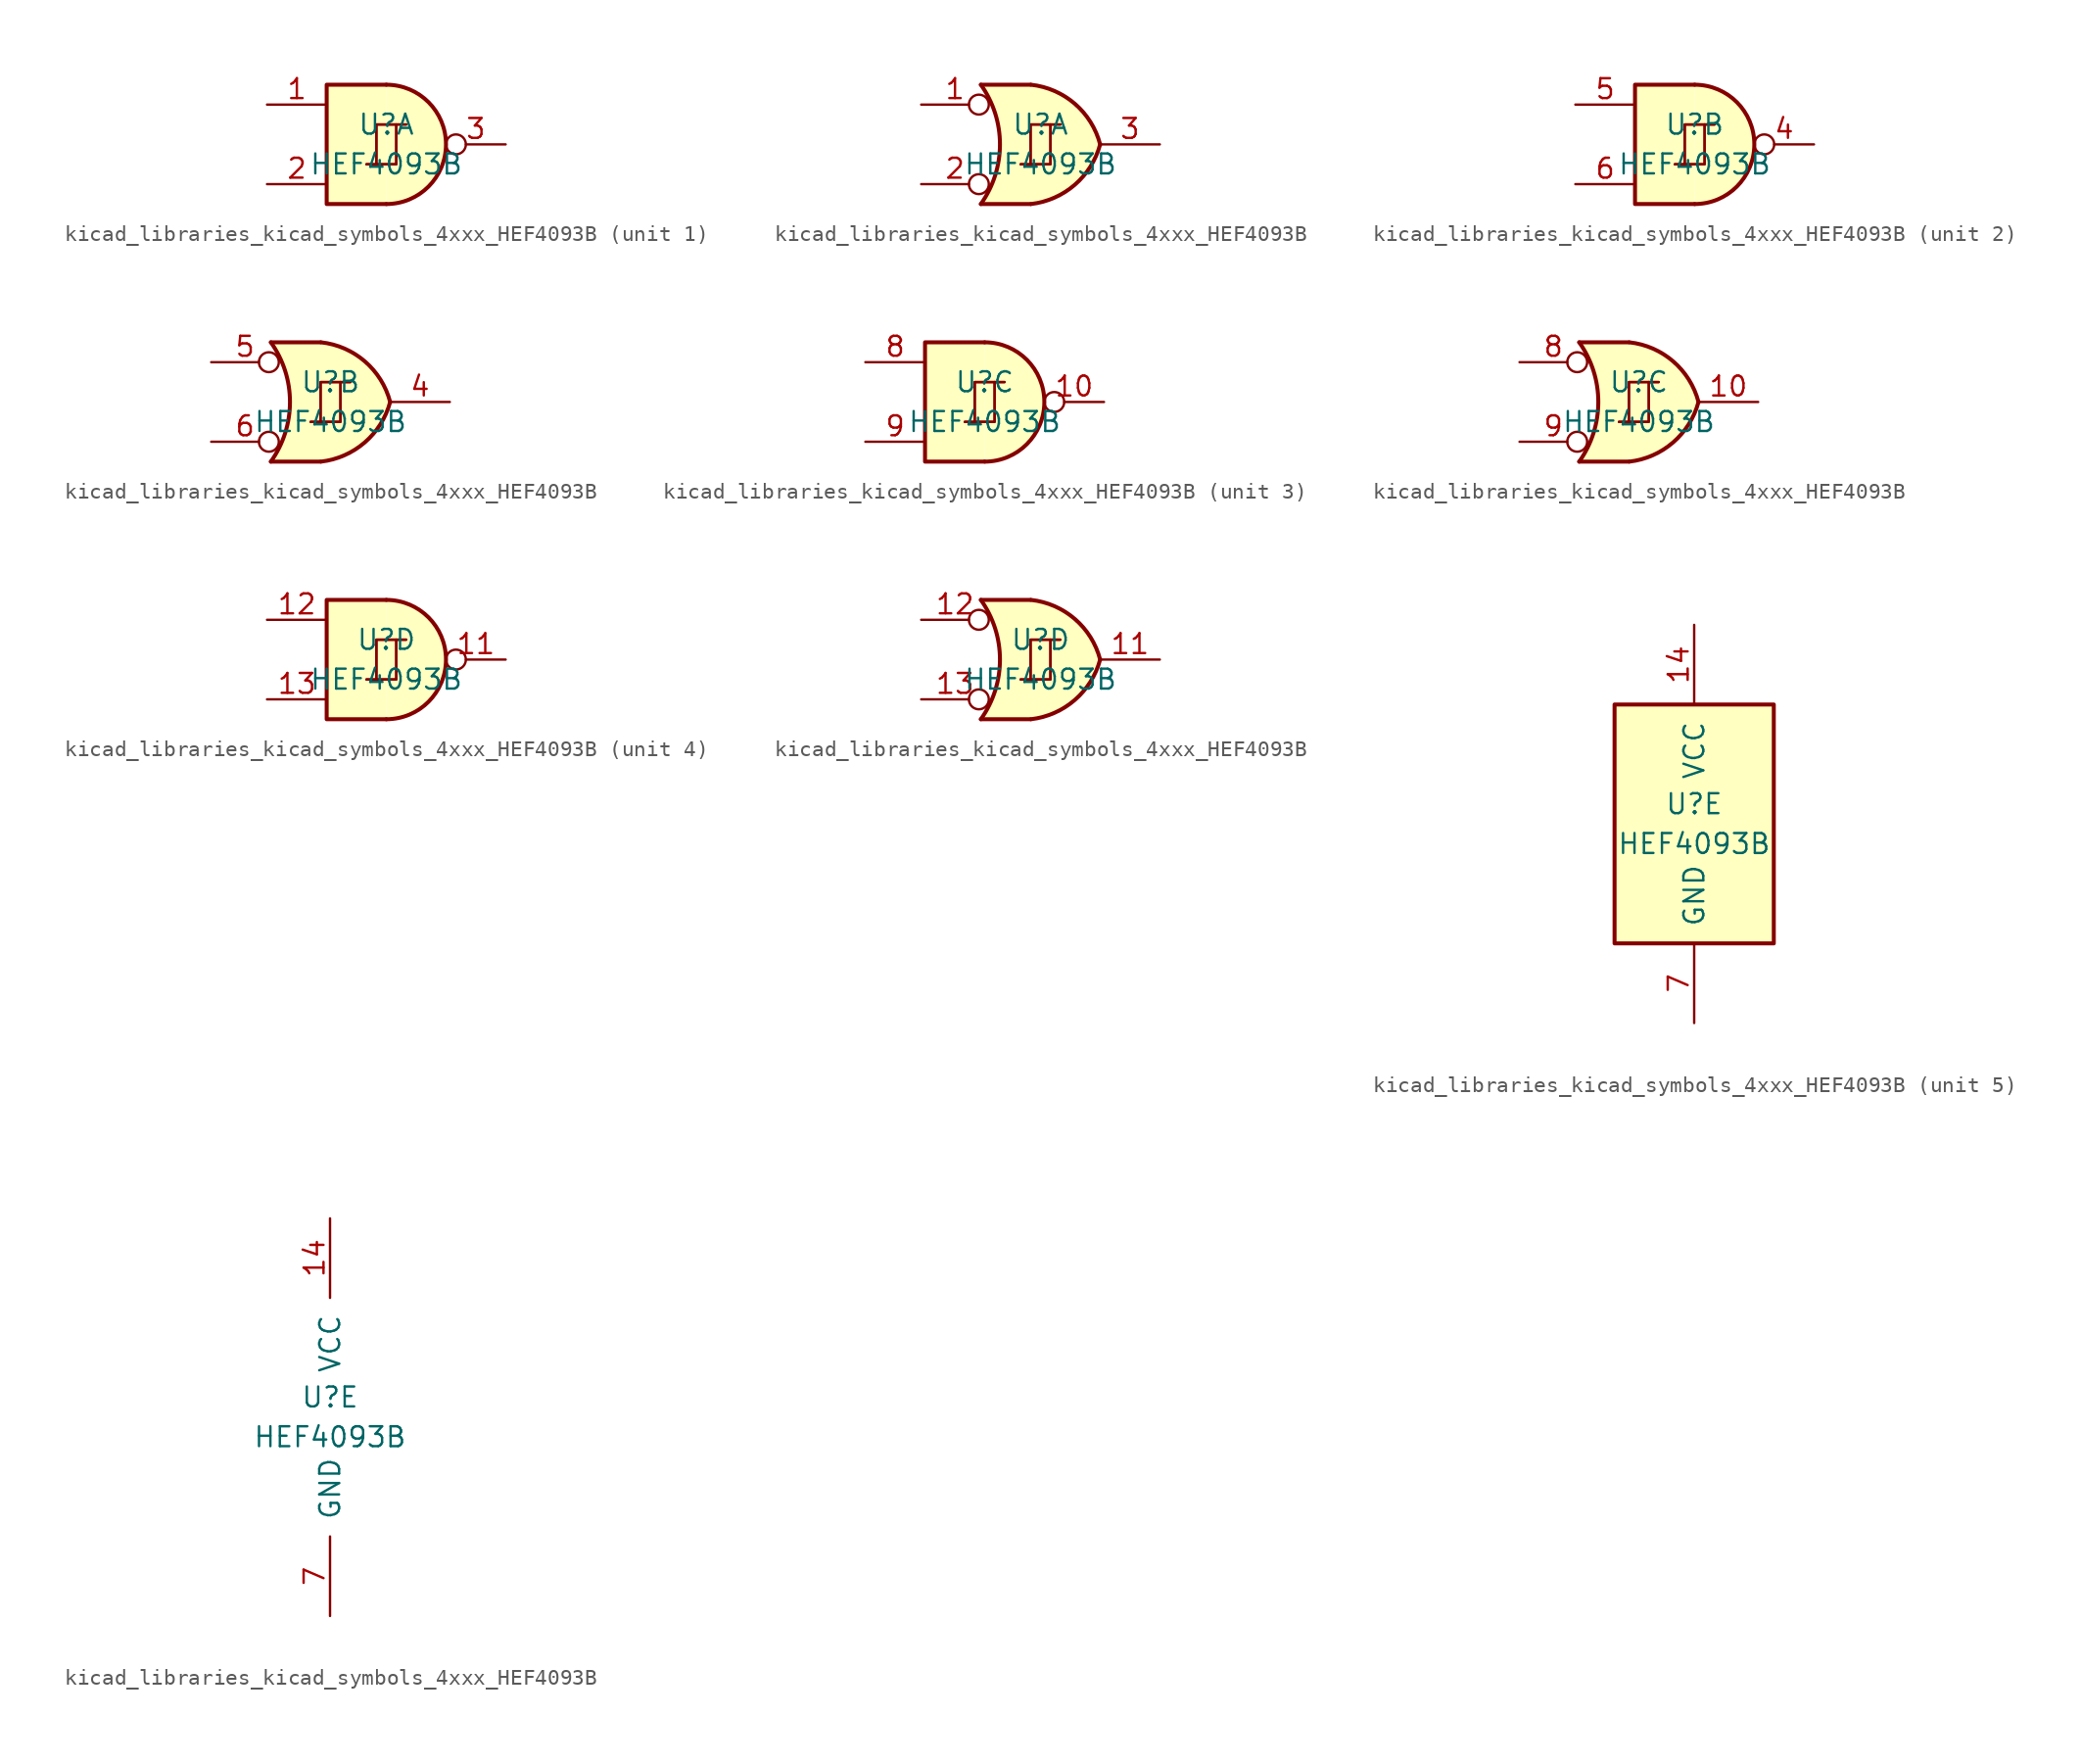
<source format=kicad_sym>
(kicad_symbol_lib
  (version 20220914)
  (generator kicad_symbol_editor)
  (symbol "kicad_libraries_kicad_symbols_4xxx_HEF4093B"
    (pin_names
      (offset 1.016))
    (property "Reference" "U"
      (at 0 1.27 0)
      (effects (font (size 1.27 1.27))))
    (property "Value" "HEF4093B"
      (at 0 -1.27 0)
      (effects (font (size 1.27 1.27))))
    (property "ki_locked" ""
      (at 0 0 0)
      (effects (font (size 1.27 1.27))))
    (symbol "kicad_libraries_kicad_symbols_4xxx_HEF4093B_1_0"
      (polyline (pts (xy -0.635 -1.27) (xy -0.635 1.27) (xy 0.635 1.27)) (stroke (width 0) (type default)) (fill (type none)))
      (polyline (pts (xy -0.635 -1.27) (xy -0.635 1.27) (xy 0.635 1.27)) (stroke (width 0) (type default)) (fill (type none)))
      (polyline (pts (xy -1.27 -1.27) (xy 0.635 -1.27) (xy 0.635 1.27) (xy 1.27 1.27)) (stroke (width 0) (type default)) (fill (type none)))
      (polyline (pts (xy -1.27 -1.27) (xy 0.635 -1.27) (xy 0.635 1.27) (xy 1.27 1.27)) (stroke (width 0) (type default)) (fill (type none))))
    (symbol "kicad_libraries_kicad_symbols_4xxx_HEF4093B_1_1"
      (arc (start 0 -3.81) (mid 3.7934 0) (end 0 3.81) (stroke (width 0.254) (type default)) (fill (type background)))
      (polyline (pts (xy 0 3.81) (xy -3.81 3.81) (xy -3.81 -3.81) (xy 0 -3.81)) (stroke (width 0.254) (type default)) (fill (type background)))
      (pin input line (at -7.62 2.54 0) (length 3.81) (name "~" (effects (font (size 1.27 1.27)))) (number "1" (effects (font (size 1.27 1.27)))))
      (pin input line (at -7.62 -2.54 0) (length 3.81) (name "~" (effects (font (size 1.27 1.27)))) (number "2" (effects (font (size 1.27 1.27)))))
      (pin output inverted (at 7.62 0 180) (length 3.81) (name "~" (effects (font (size 1.27 1.27)))) (number "3" (effects (font (size 1.27 1.27))))))
    (symbol "kicad_libraries_kicad_symbols_4xxx_HEF4093B_1_2"
      (arc (start -3.81 -3.81) (mid -2.589 0) (end -3.81 3.81) (stroke (width 0.254) (type default)) (fill (type none)))
      (arc (start -0.6096 -3.81) (mid 2.1842 -2.5851) (end 3.81 0) (stroke (width 0.254) (type default)) (fill (type background)))
      (polyline (pts (xy -3.81 -3.81) (xy -0.635 -3.81)) (stroke (width 0.254) (type default)) (fill (type background)))
      (polyline (pts (xy -3.81 3.81) (xy -0.635 3.81)) (stroke (width 0.254) (type default)) (fill (type background)))
      (polyline (pts (xy -0.635 3.81) (xy -3.81 3.81) (xy -3.81 3.81) (xy -3.556 3.404) (xy -3.023 2.261) (xy -2.692 1.041) (xy -2.616 -0.254) (xy -2.769 -1.499) (xy -3.175 -2.718) (xy -3.81 -3.81) (xy -3.81 -3.81) (xy -0.635 -3.81)) (stroke (width -25.4) (type default)) (fill (type background)))
      (arc (start 3.81 0) (mid 2.1915 2.5936) (end -0.6096 3.81) (stroke (width 0.254) (type default)) (fill (type background)))
      (pin input inverted (at -7.62 2.54 0) (length 4.318) (name "~" (effects (font (size 1.27 1.27)))) (number "1" (effects (font (size 1.27 1.27)))))
      (pin input inverted (at -7.62 -2.54 0) (length 4.318) (name "~" (effects (font (size 1.27 1.27)))) (number "2" (effects (font (size 1.27 1.27)))))
      (pin output line (at 7.62 0 180) (length 3.81) (name "~" (effects (font (size 1.27 1.27)))) (number "3" (effects (font (size 1.27 1.27))))))
    (symbol "kicad_libraries_kicad_symbols_4xxx_HEF4093B_2_0"
      (polyline (pts (xy -0.635 -1.27) (xy -0.635 1.27) (xy 0.635 1.27)) (stroke (width 0) (type default)) (fill (type none)))
      (polyline (pts (xy -0.635 -1.27) (xy -0.635 1.27) (xy 0.635 1.27)) (stroke (width 0) (type default)) (fill (type none)))
      (polyline (pts (xy -1.27 -1.27) (xy 0.635 -1.27) (xy 0.635 1.27) (xy 1.27 1.27)) (stroke (width 0) (type default)) (fill (type none)))
      (polyline (pts (xy -1.27 -1.27) (xy 0.635 -1.27) (xy 0.635 1.27) (xy 1.27 1.27)) (stroke (width 0) (type default)) (fill (type none))))
    (symbol "kicad_libraries_kicad_symbols_4xxx_HEF4093B_2_1"
      (arc (start 0 -3.81) (mid 3.7934 0) (end 0 3.81) (stroke (width 0.254) (type default)) (fill (type background)))
      (polyline (pts (xy 0 3.81) (xy -3.81 3.81) (xy -3.81 -3.81) (xy 0 -3.81)) (stroke (width 0.254) (type default)) (fill (type background)))
      (pin output inverted (at 7.62 0 180) (length 3.81) (name "~" (effects (font (size 1.27 1.27)))) (number "4" (effects (font (size 1.27 1.27)))))
      (pin input line (at -7.62 2.54 0) (length 3.81) (name "~" (effects (font (size 1.27 1.27)))) (number "5" (effects (font (size 1.27 1.27)))))
      (pin input line (at -7.62 -2.54 0) (length 3.81) (name "~" (effects (font (size 1.27 1.27)))) (number "6" (effects (font (size 1.27 1.27))))))
    (symbol "kicad_libraries_kicad_symbols_4xxx_HEF4093B_2_2"
      (arc (start -3.81 -3.81) (mid -2.589 0) (end -3.81 3.81) (stroke (width 0.254) (type default)) (fill (type none)))
      (arc (start -0.6096 -3.81) (mid 2.1842 -2.5851) (end 3.81 0) (stroke (width 0.254) (type default)) (fill (type background)))
      (polyline (pts (xy -3.81 -3.81) (xy -0.635 -3.81)) (stroke (width 0.254) (type default)) (fill (type background)))
      (polyline (pts (xy -3.81 3.81) (xy -0.635 3.81)) (stroke (width 0.254) (type default)) (fill (type background)))
      (polyline (pts (xy -0.635 3.81) (xy -3.81 3.81) (xy -3.81 3.81) (xy -3.556 3.404) (xy -3.023 2.261) (xy -2.692 1.041) (xy -2.616 -0.254) (xy -2.769 -1.499) (xy -3.175 -2.718) (xy -3.81 -3.81) (xy -3.81 -3.81) (xy -0.635 -3.81)) (stroke (width -25.4) (type default)) (fill (type background)))
      (arc (start 3.81 0) (mid 2.1915 2.5936) (end -0.6096 3.81) (stroke (width 0.254) (type default)) (fill (type background)))
      (pin output line (at 7.62 0 180) (length 3.81) (name "~" (effects (font (size 1.27 1.27)))) (number "4" (effects (font (size 1.27 1.27)))))
      (pin input inverted (at -7.62 2.54 0) (length 4.318) (name "~" (effects (font (size 1.27 1.27)))) (number "5" (effects (font (size 1.27 1.27)))))
      (pin input inverted (at -7.62 -2.54 0) (length 4.318) (name "~" (effects (font (size 1.27 1.27)))) (number "6" (effects (font (size 1.27 1.27))))))
    (symbol "kicad_libraries_kicad_symbols_4xxx_HEF4093B_3_0"
      (polyline (pts (xy -0.635 -1.27) (xy -0.635 1.27) (xy 0.635 1.27)) (stroke (width 0) (type default)) (fill (type none)))
      (polyline (pts (xy -0.635 -1.27) (xy -0.635 1.27) (xy 0.635 1.27)) (stroke (width 0) (type default)) (fill (type none)))
      (polyline (pts (xy -1.27 -1.27) (xy 0.635 -1.27) (xy 0.635 1.27) (xy 1.27 1.27)) (stroke (width 0) (type default)) (fill (type none)))
      (polyline (pts (xy -1.27 -1.27) (xy 0.635 -1.27) (xy 0.635 1.27) (xy 1.27 1.27)) (stroke (width 0) (type default)) (fill (type none))))
    (symbol "kicad_libraries_kicad_symbols_4xxx_HEF4093B_3_1"
      (arc (start 0 -3.81) (mid 3.7934 0) (end 0 3.81) (stroke (width 0.254) (type default)) (fill (type background)))
      (polyline (pts (xy 0 3.81) (xy -3.81 3.81) (xy -3.81 -3.81) (xy 0 -3.81)) (stroke (width 0.254) (type default)) (fill (type background)))
      (pin output inverted (at 7.62 0 180) (length 3.81) (name "~" (effects (font (size 1.27 1.27)))) (number "10" (effects (font (size 1.27 1.27)))))
      (pin input line (at -7.62 2.54 0) (length 3.81) (name "~" (effects (font (size 1.27 1.27)))) (number "8" (effects (font (size 1.27 1.27)))))
      (pin input line (at -7.62 -2.54 0) (length 3.81) (name "~" (effects (font (size 1.27 1.27)))) (number "9" (effects (font (size 1.27 1.27))))))
    (symbol "kicad_libraries_kicad_symbols_4xxx_HEF4093B_3_2"
      (arc (start -3.81 -3.81) (mid -2.589 0) (end -3.81 3.81) (stroke (width 0.254) (type default)) (fill (type none)))
      (arc (start -0.6096 -3.81) (mid 2.1842 -2.5851) (end 3.81 0) (stroke (width 0.254) (type default)) (fill (type background)))
      (polyline (pts (xy -3.81 -3.81) (xy -0.635 -3.81)) (stroke (width 0.254) (type default)) (fill (type background)))
      (polyline (pts (xy -3.81 3.81) (xy -0.635 3.81)) (stroke (width 0.254) (type default)) (fill (type background)))
      (polyline (pts (xy -0.635 3.81) (xy -3.81 3.81) (xy -3.81 3.81) (xy -3.556 3.404) (xy -3.023 2.261) (xy -2.692 1.041) (xy -2.616 -0.254) (xy -2.769 -1.499) (xy -3.175 -2.718) (xy -3.81 -3.81) (xy -3.81 -3.81) (xy -0.635 -3.81)) (stroke (width -25.4) (type default)) (fill (type background)))
      (arc (start 3.81 0) (mid 2.1915 2.5936) (end -0.6096 3.81) (stroke (width 0.254) (type default)) (fill (type background)))
      (pin output line (at 7.62 0 180) (length 3.81) (name "~" (effects (font (size 1.27 1.27)))) (number "10" (effects (font (size 1.27 1.27)))))
      (pin input inverted (at -7.62 2.54 0) (length 4.318) (name "~" (effects (font (size 1.27 1.27)))) (number "8" (effects (font (size 1.27 1.27)))))
      (pin input inverted (at -7.62 -2.54 0) (length 4.318) (name "~" (effects (font (size 1.27 1.27)))) (number "9" (effects (font (size 1.27 1.27))))))
    (symbol "kicad_libraries_kicad_symbols_4xxx_HEF4093B_4_0"
      (polyline (pts (xy -0.635 -1.27) (xy -0.635 1.27) (xy 0.635 1.27)) (stroke (width 0) (type default)) (fill (type none)))
      (polyline (pts (xy -0.635 -1.27) (xy -0.635 1.27) (xy 0.635 1.27)) (stroke (width 0) (type default)) (fill (type none)))
      (polyline (pts (xy -1.27 -1.27) (xy 0.635 -1.27) (xy 0.635 1.27) (xy 1.27 1.27)) (stroke (width 0) (type default)) (fill (type none)))
      (polyline (pts (xy -1.27 -1.27) (xy 0.635 -1.27) (xy 0.635 1.27) (xy 1.27 1.27)) (stroke (width 0) (type default)) (fill (type none))))
    (symbol "kicad_libraries_kicad_symbols_4xxx_HEF4093B_4_1"
      (arc (start 0 -3.81) (mid 3.7934 0) (end 0 3.81) (stroke (width 0.254) (type default)) (fill (type background)))
      (polyline (pts (xy 0 3.81) (xy -3.81 3.81) (xy -3.81 -3.81) (xy 0 -3.81)) (stroke (width 0.254) (type default)) (fill (type background)))
      (pin output inverted (at 7.62 0 180) (length 3.81) (name "~" (effects (font (size 1.27 1.27)))) (number "11" (effects (font (size 1.27 1.27)))))
      (pin input line (at -7.62 2.54 0) (length 3.81) (name "~" (effects (font (size 1.27 1.27)))) (number "12" (effects (font (size 1.27 1.27)))))
      (pin input line (at -7.62 -2.54 0) (length 3.81) (name "~" (effects (font (size 1.27 1.27)))) (number "13" (effects (font (size 1.27 1.27))))))
    (symbol "kicad_libraries_kicad_symbols_4xxx_HEF4093B_4_2"
      (arc (start -3.81 -3.81) (mid -2.589 0) (end -3.81 3.81) (stroke (width 0.254) (type default)) (fill (type none)))
      (arc (start -0.6096 -3.81) (mid 2.1842 -2.5851) (end 3.81 0) (stroke (width 0.254) (type default)) (fill (type background)))
      (polyline (pts (xy -3.81 -3.81) (xy -0.635 -3.81)) (stroke (width 0.254) (type default)) (fill (type background)))
      (polyline (pts (xy -3.81 3.81) (xy -0.635 3.81)) (stroke (width 0.254) (type default)) (fill (type background)))
      (polyline (pts (xy -0.635 3.81) (xy -3.81 3.81) (xy -3.81 3.81) (xy -3.556 3.404) (xy -3.023 2.261) (xy -2.692 1.041) (xy -2.616 -0.254) (xy -2.769 -1.499) (xy -3.175 -2.718) (xy -3.81 -3.81) (xy -3.81 -3.81) (xy -0.635 -3.81)) (stroke (width -25.4) (type default)) (fill (type background)))
      (arc (start 3.81 0) (mid 2.1915 2.5936) (end -0.6096 3.81) (stroke (width 0.254) (type default)) (fill (type background)))
      (pin output line (at 7.62 0 180) (length 3.81) (name "~" (effects (font (size 1.27 1.27)))) (number "11" (effects (font (size 1.27 1.27)))))
      (pin input inverted (at -7.62 2.54 0) (length 4.318) (name "~" (effects (font (size 1.27 1.27)))) (number "12" (effects (font (size 1.27 1.27)))))
      (pin input inverted (at -7.62 -2.54 0) (length 4.318) (name "~" (effects (font (size 1.27 1.27)))) (number "13" (effects (font (size 1.27 1.27))))))
    (symbol "kicad_libraries_kicad_symbols_4xxx_HEF4093B_5_0"
      (pin power_in line (at 0 12.7 270) (length 5.08) (name "VCC" (effects (font (size 1.27 1.27)))) (number "14" (effects (font (size 1.27 1.27)))))
      (pin power_in line (at 0 -12.7 90) (length 5.08) (name "GND" (effects (font (size 1.27 1.27)))) (number "7" (effects (font (size 1.27 1.27))))))
    (symbol "kicad_libraries_kicad_symbols_4xxx_HEF4093B_5_1"
      (rectangle (start -5.08 7.62) (end 5.08 -7.62) (stroke (width 0.254) (type default)) (fill (type background))))))
</source>
